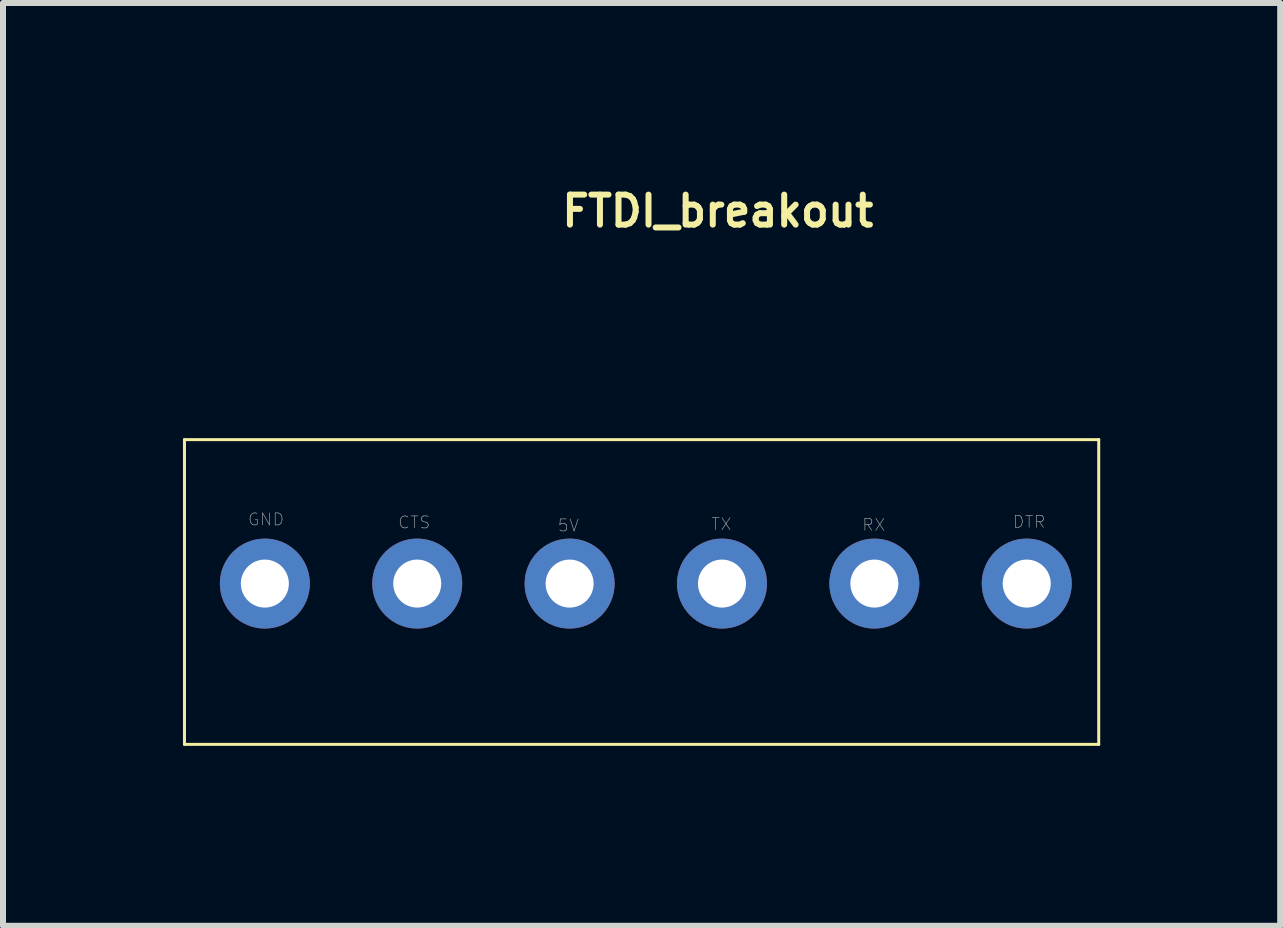
<source format=kicad_pcb>
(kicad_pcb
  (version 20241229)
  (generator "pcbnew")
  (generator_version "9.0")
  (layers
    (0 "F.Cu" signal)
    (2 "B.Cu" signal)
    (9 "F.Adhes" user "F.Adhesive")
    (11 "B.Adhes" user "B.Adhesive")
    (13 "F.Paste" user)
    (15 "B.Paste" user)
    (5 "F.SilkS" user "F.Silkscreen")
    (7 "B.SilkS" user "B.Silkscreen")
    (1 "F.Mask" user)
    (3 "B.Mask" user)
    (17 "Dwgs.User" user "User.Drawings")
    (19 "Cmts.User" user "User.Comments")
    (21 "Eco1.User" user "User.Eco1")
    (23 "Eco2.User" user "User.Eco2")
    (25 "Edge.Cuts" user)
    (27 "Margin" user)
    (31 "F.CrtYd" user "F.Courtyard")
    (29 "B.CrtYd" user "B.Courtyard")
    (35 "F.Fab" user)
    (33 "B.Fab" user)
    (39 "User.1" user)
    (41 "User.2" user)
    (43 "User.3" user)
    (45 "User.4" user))
  (footprint "FTDI_breakout"
    (layer "F.Cu")
    (at 7.645 6.818)
    (property "Reference" "FTDI_breakout" (at 1.27 -6.35 0) (layer "F.SilkS") (effects (font (size 0.5 0.5) (thickness 0.1))))
    (attr through_hole)
    (fp_line (start -7.62 -2.54) (end -7.62 2.54) (stroke (width 0.05) (type solid)) (layer "F.SilkS"))
    (fp_line (start -7.62 -2.54) (end 7.62 -2.54) (stroke (width 0.05) (type solid)) (layer "F.SilkS"))
    (fp_line (start -7.62 2.54) (end 7.62 2.54) (stroke (width 0.05) (type solid)) (layer "F.SilkS"))
    (fp_line (start 7.62 -2.54) (end 7.62 2.54) (stroke (width 0.05) (type solid)) (layer "F.SilkS"))
    (fp_text user "DTR" (at 6.46 -1.17 0) (layer "F.Fab") (effects (font (size 0.2 0.2) (thickness 0.01))))
    (fp_text user "TX" (at 1.33 -1.13 0) (layer "F.Fab") (effects (font (size 0.2 0.2) (thickness 0.01))))
    (fp_text user "GND" (at -6.26 -1.21 0) (layer "F.Fab") (effects (font (size 0.2 0.2) (thickness 0.01))))
    (fp_text user "RX" (at 3.87 -1.12 0) (layer "F.Fab") (effects (font (size 0.2 0.2) (thickness 0.01))))
    (fp_text user "5V" (at -1.22 -1.11 0) (layer "F.Fab") (effects (font (size 0.2 0.2) (thickness 0.01))))
    (fp_text user "CTS" (at -3.79 -1.16 0) (layer "F.Fab") (effects (font (size 0.2 0.2) (thickness 0.01))))
    (pad "1" thru_hole circle (at -6.28 -0.14) (size 1.5 1.5) (drill 0.8) (layers "*.Cu" "*.Mask"))
    (pad "2" thru_hole circle (at -3.74 -0.14) (size 1.5 1.5) (drill 0.8) (layers "*.Cu" "*.Mask"))
    (pad "3" thru_hole circle (at -1.2 -0.14) (size 1.5 1.5) (drill 0.8) (layers "*.Cu" "*.Mask"))
    (pad "4" thru_hole circle (at 1.34 -0.14) (size 1.5 1.5) (drill 0.8) (layers "*.Cu" "*.Mask"))
    (pad "5" thru_hole circle (at 3.88 -0.14) (size 1.5 1.5) (drill 0.8) (layers "*.Cu" "*.Mask"))
    (pad "6" thru_hole circle (at 6.42 -0.14) (size 1.5 1.5) (drill 0.8) (layers "*.Cu" "*.Mask")))
  (gr_rect
    (start -3 -3)
    (end 18.29 12.383)
    (stroke (width 0.1) (type default))
    (fill no)
    (layer "Edge.Cuts")))
</source>
